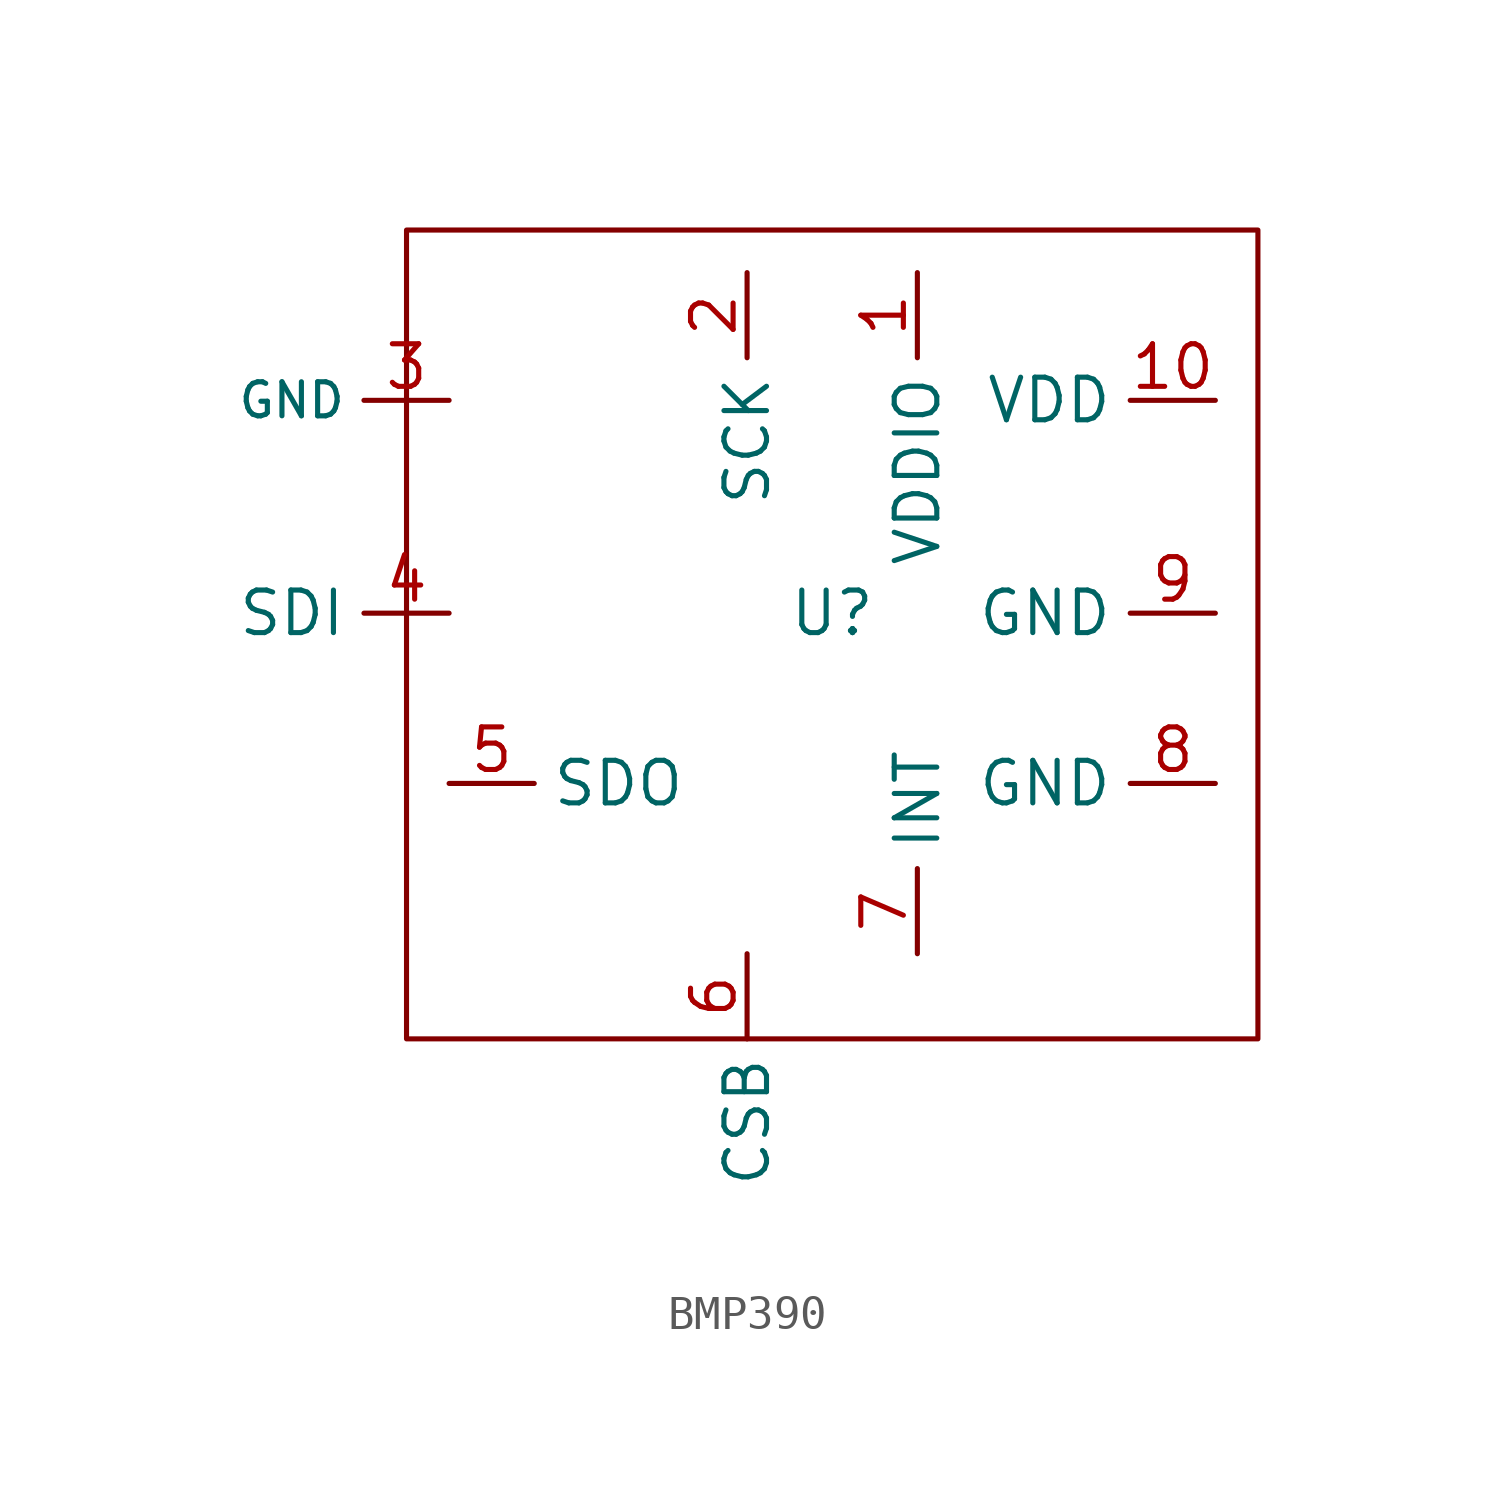
<source format=kicad_sym>
(kicad_symbol_lib
  (version 20241209)
  (generator "kicad_symbol_editor")
  (generator_version "9.0")
  (symbol "BMP390"
    (property "Reference" "U"
      (at 0 0 0)
      (effects (font (size 1.27 1.27))))
    (property "Value" ""
      (at 0 0 0)
      (effects (font (size 1.27 1.27))))
    (symbol "BMP390_0_1"
      (rectangle (start 12.7 -12.7) (end -12.7 11.43) (stroke (width 0) (type default)) (fill (type none))))
    (symbol "BMP390_1_1"
      (pin power_in line (at -11.43 6.35 180) (length 2.54) (name "GND" (effects (font (size 1.016 1.016)))) (number "3" (effects (font (size 1.27 1.27)))))
      (pin input line (at -11.43 0 180) (length 2.54) (name "SDI" (effects (font (size 1.27 1.27)))) (number "4" (effects (font (size 1.27 1.27)))))
      (pin output line (at -11.43 -5.08 0) (length 2.54) (name "SDO" (effects (font (size 1.27 1.27)))) (number "5" (effects (font (size 1.27 1.27)))))
      (pin input line (at -2.54 10.16 270) (length 2.54) (name "SCK" (effects (font (size 1.27 1.27)))) (number "2" (effects (font (size 1.27 1.27)))))
      (pin input line (at -2.54 -10.16 270) (length 2.54) (name "CSB" (effects (font (size 1.27 1.27)))) (number "6" (effects (font (size 1.27 1.27)))))
      (pin input line (at 2.54 10.16 270) (length 2.54) (name "VDDIO" (effects (font (size 1.27 1.27)))) (number "1" (effects (font (size 1.27 1.27)))))
      (pin output line (at 2.54 -10.16 90) (length 2.54) (name "INT" (effects (font (size 1.27 1.27)))) (number "7" (effects (font (size 1.27 1.27)))))
      (pin power_in line (at 11.43 6.35 180) (length 2.54) (name "VDD" (effects (font (size 1.27 1.27)))) (number "10" (effects (font (size 1.27 1.27)))))
      (pin power_in line (at 11.43 0 180) (length 2.54) (name "GND" (effects (font (size 1.27 1.27)))) (number "9" (effects (font (size 1.27 1.27)))))
      (pin power_in line (at 11.43 -5.08 180) (length 2.54) (name "GND" (effects (font (size 1.27 1.27)))) (number "8" (effects (font (size 1.27 1.27))))))))
</source>
